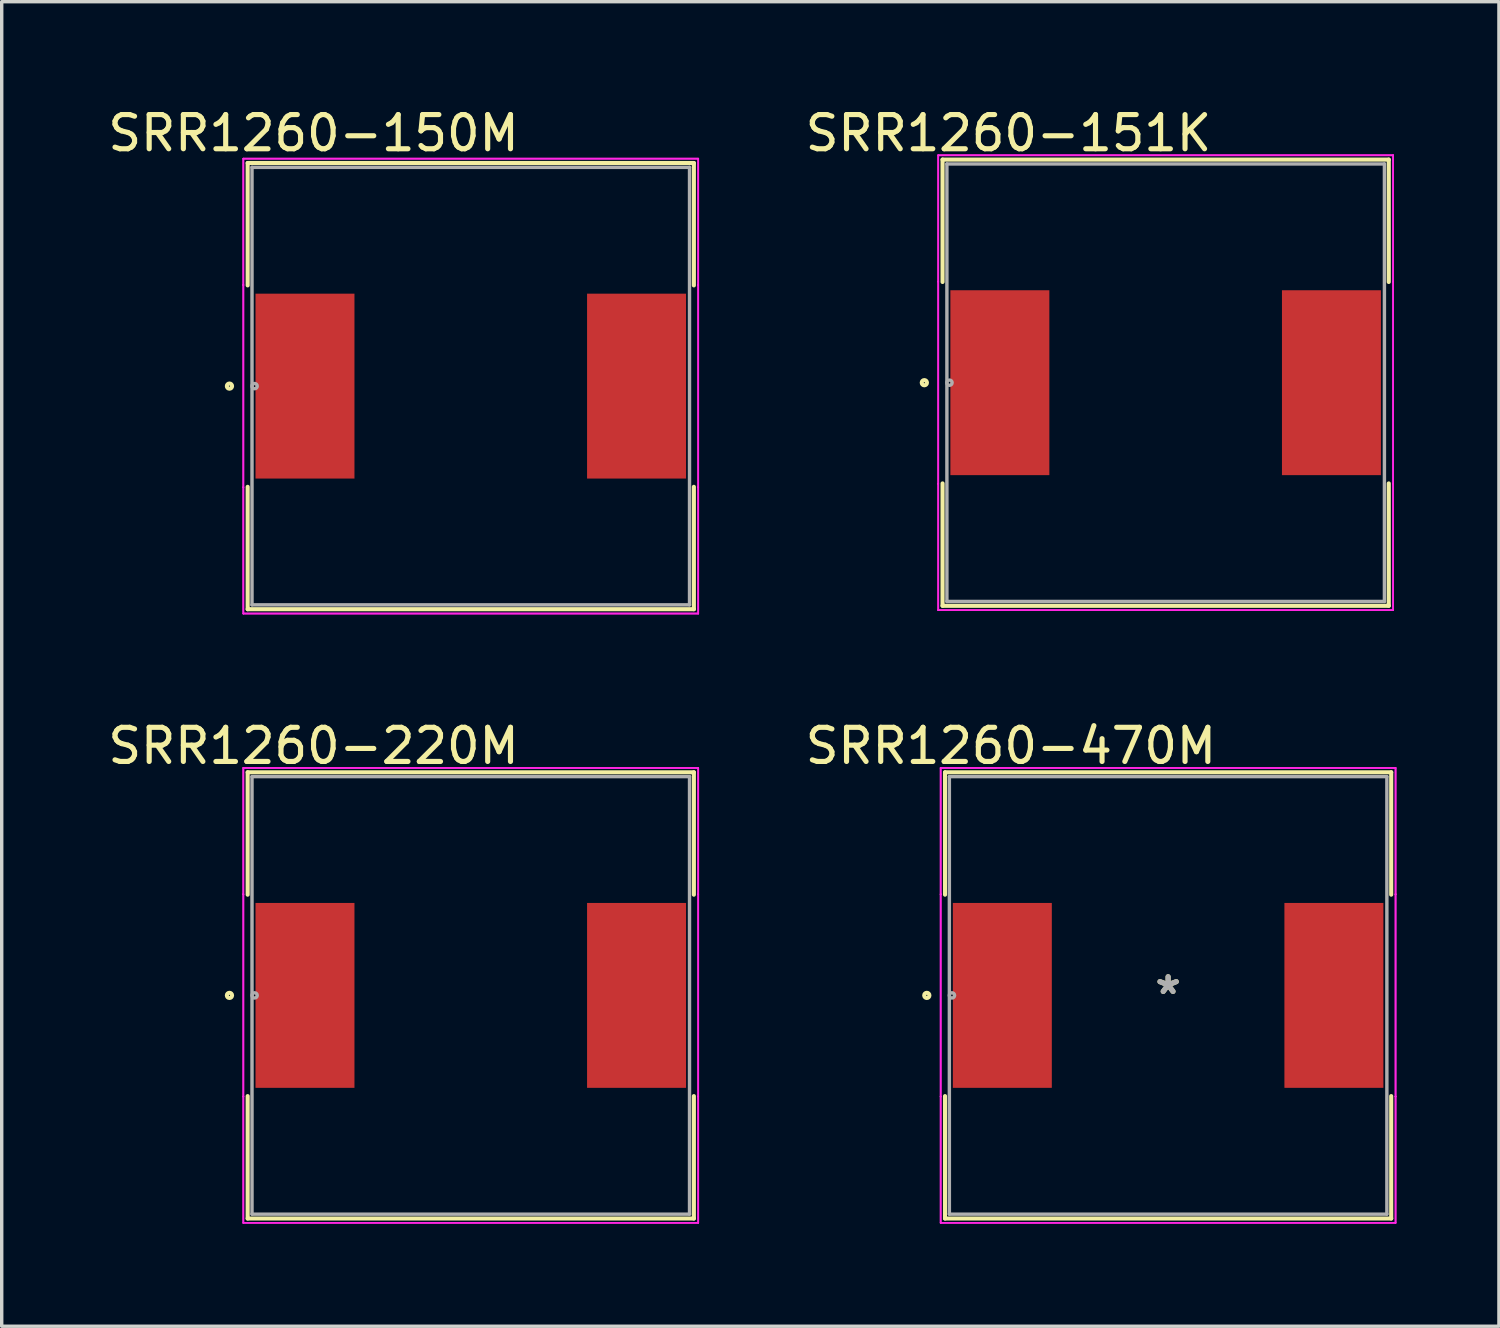
<source format=kicad_pcb>
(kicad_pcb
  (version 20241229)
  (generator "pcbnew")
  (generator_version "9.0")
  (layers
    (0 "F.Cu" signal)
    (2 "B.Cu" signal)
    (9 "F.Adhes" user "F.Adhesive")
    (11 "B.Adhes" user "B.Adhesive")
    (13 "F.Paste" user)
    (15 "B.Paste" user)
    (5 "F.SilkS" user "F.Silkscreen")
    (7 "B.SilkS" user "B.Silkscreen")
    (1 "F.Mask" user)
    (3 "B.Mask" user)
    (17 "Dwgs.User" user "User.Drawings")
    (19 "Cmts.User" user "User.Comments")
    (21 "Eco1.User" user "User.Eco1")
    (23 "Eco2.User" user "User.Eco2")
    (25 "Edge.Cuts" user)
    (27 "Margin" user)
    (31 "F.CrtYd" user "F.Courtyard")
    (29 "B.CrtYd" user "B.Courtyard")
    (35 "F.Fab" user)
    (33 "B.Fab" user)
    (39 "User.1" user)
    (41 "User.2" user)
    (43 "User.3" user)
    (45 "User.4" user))
  (footprint "SRR1260-151K"
    (layer "F.Cu")
    (at 31.058 8.148)
    (property "Reference" "SRR1260-151K" (at -4.6 -7.3 0) (layer "F.SilkS") (effects (font (size 1 1) (thickness 0.15))))
    (attr smd)
    (fp_line (start -6.528 -6.528) (end -6.528 -2.947) (stroke (width 0.12) (type solid)) (layer "F.SilkS"))
    (fp_line (start -6.528 2.947) (end -6.528 6.528) (stroke (width 0.12) (type solid)) (layer "F.SilkS"))
    (fp_line (start -6.528 6.528) (end 6.528 6.528) (stroke (width 0.12) (type solid)) (layer "F.SilkS"))
    (fp_line (start 6.528 -6.528) (end -6.528 -6.528) (stroke (width 0.12) (type solid)) (layer "F.SilkS"))
    (fp_line (start 6.528 -2.947) (end 6.528 -6.528) (stroke (width 0.12) (type solid)) (layer "F.SilkS"))
    (fp_line (start 6.528 6.528) (end 6.528 2.947) (stroke (width 0.12) (type solid)) (layer "F.SilkS"))
    (fp_circle (center -7.061 0) (end -6.985 0) (stroke (width 0.12) (type solid)) (fill no) (layer "F.SilkS"))
    (fp_line (start -6.655 -6.655) (end 6.655 -6.655) (stroke (width 0.05) (type solid)) (layer "F.CrtYd"))
    (fp_line (start -6.655 -6.655) (end 6.655 -6.655) (stroke (width 0.05) (type solid)) (layer "F.CrtYd"))
    (fp_line (start -6.655 -2.959) (end -6.655 -6.655) (stroke (width 0.05) (type solid)) (layer "F.CrtYd"))
    (fp_line (start -6.655 -2.959) (end -6.655 -6.655) (stroke (width 0.05) (type solid)) (layer "F.CrtYd"))
    (fp_line (start -6.655 -2.959) (end -6.655 -2.959) (stroke (width 0.05) (type solid)) (layer "F.CrtYd"))
    (fp_line (start -6.655 -2.959) (end -6.655 -2.959) (stroke (width 0.05) (type solid)) (layer "F.CrtYd"))
    (fp_line (start -6.655 2.959) (end -6.655 -2.959) (stroke (width 0.05) (type solid)) (layer "F.CrtYd"))
    (fp_line (start -6.655 2.959) (end -6.655 -2.959) (stroke (width 0.05) (type solid)) (layer "F.CrtYd"))
    (fp_line (start -6.655 2.959) (end -6.655 2.959) (stroke (width 0.05) (type solid)) (layer "F.CrtYd"))
    (fp_line (start -6.655 2.959) (end -6.655 2.959) (stroke (width 0.05) (type solid)) (layer "F.CrtYd"))
    (fp_line (start -6.655 6.655) (end -6.655 2.959) (stroke (width 0.05) (type solid)) (layer "F.CrtYd"))
    (fp_line (start -6.655 6.655) (end -6.655 2.959) (stroke (width 0.05) (type solid)) (layer "F.CrtYd"))
    (fp_line (start 6.655 -6.655) (end 6.655 -2.959) (stroke (width 0.05) (type solid)) (layer "F.CrtYd"))
    (fp_line (start 6.655 -6.655) (end 6.655 -2.959) (stroke (width 0.05) (type solid)) (layer "F.CrtYd"))
    (fp_line (start 6.655 -2.959) (end 6.655 -2.959) (stroke (width 0.05) (type solid)) (layer "F.CrtYd"))
    (fp_line (start 6.655 -2.959) (end 6.655 -2.959) (stroke (width 0.05) (type solid)) (layer "F.CrtYd"))
    (fp_line (start 6.655 -2.959) (end 6.655 2.959) (stroke (width 0.05) (type solid)) (layer "F.CrtYd"))
    (fp_line (start 6.655 -2.959) (end 6.655 2.959) (stroke (width 0.05) (type solid)) (layer "F.CrtYd"))
    (fp_line (start 6.655 2.959) (end 6.655 2.959) (stroke (width 0.05) (type solid)) (layer "F.CrtYd"))
    (fp_line (start 6.655 2.959) (end 6.655 2.959) (stroke (width 0.05) (type solid)) (layer "F.CrtYd"))
    (fp_line (start 6.655 2.959) (end 6.655 6.655) (stroke (width 0.05) (type solid)) (layer "F.CrtYd"))
    (fp_line (start 6.655 2.959) (end 6.655 6.655) (stroke (width 0.05) (type solid)) (layer "F.CrtYd"))
    (fp_line (start 6.655 6.655) (end -6.655 6.655) (stroke (width 0.05) (type solid)) (layer "F.CrtYd"))
    (fp_line (start 6.655 6.655) (end -6.655 6.655) (stroke (width 0.05) (type solid)) (layer "F.CrtYd"))
    (fp_line (start -6.401 -6.401) (end -6.401 6.401) (stroke (width 0.1) (type solid)) (layer "F.Fab"))
    (fp_line (start -6.401 6.401) (end 6.401 6.401) (stroke (width 0.1) (type solid)) (layer "F.Fab"))
    (fp_line (start 6.401 -6.401) (end -6.401 -6.401) (stroke (width 0.1) (type solid)) (layer "F.Fab"))
    (fp_line (start 6.401 6.401) (end 6.401 -6.401) (stroke (width 0.1) (type solid)) (layer "F.Fab"))
    (fp_circle (center -6.325 0) (end -6.248 0) (stroke (width 0.1) (type solid)) (fill no) (layer "F.Fab"))
    (pad "1" smd rect (at -4.851 0) (size 2.896 5.41) (layers "F.Cu" "F.Mask" "F.Paste"))
    (pad "2" smd rect (at 4.851 0) (size 2.896 5.41) (layers "F.Cu" "F.Mask" "F.Paste")))
  (footprint "SRR1260-150M"
    (layer "F.Cu")
    (at 10.725 8.248)
    (property "Reference" "SRR1260-150M" (at -4.6 -7.4 0) (layer "F.SilkS") (effects (font (size 1 1) (thickness 0.15))))
    (attr through_hole)
    (fp_line (start -6.528 -6.528) (end -6.528 -2.947) (stroke (width 0.12) (type solid)) (layer "F.SilkS"))
    (fp_line (start -6.528 2.947) (end -6.528 6.528) (stroke (width 0.12) (type solid)) (layer "F.SilkS"))
    (fp_line (start -6.528 6.528) (end 6.528 6.528) (stroke (width 0.12) (type solid)) (layer "F.SilkS"))
    (fp_line (start 6.528 -6.528) (end -6.528 -6.528) (stroke (width 0.12) (type solid)) (layer "F.SilkS"))
    (fp_line (start 6.528 -2.947) (end 6.528 -6.528) (stroke (width 0.12) (type solid)) (layer "F.SilkS"))
    (fp_line (start 6.528 6.528) (end 6.528 2.947) (stroke (width 0.12) (type solid)) (layer "F.SilkS"))
    (fp_circle (center -7.061 0) (end -6.985 0) (stroke (width 0.12) (type solid)) (fill no) (layer "F.SilkS"))
    (fp_line (start -6.655 -6.655) (end 6.655 -6.655) (stroke (width 0.05) (type solid)) (layer "F.CrtYd"))
    (fp_line (start -6.655 -6.655) (end 6.655 -6.655) (stroke (width 0.05) (type solid)) (layer "F.CrtYd"))
    (fp_line (start -6.655 -2.959) (end -6.655 -6.655) (stroke (width 0.05) (type solid)) (layer "F.CrtYd"))
    (fp_line (start -6.655 -2.959) (end -6.655 -6.655) (stroke (width 0.05) (type solid)) (layer "F.CrtYd"))
    (fp_line (start -6.655 -2.959) (end -6.655 -2.959) (stroke (width 0.05) (type solid)) (layer "F.CrtYd"))
    (fp_line (start -6.655 -2.959) (end -6.655 -2.959) (stroke (width 0.05) (type solid)) (layer "F.CrtYd"))
    (fp_line (start -6.655 2.959) (end -6.655 -2.959) (stroke (width 0.05) (type solid)) (layer "F.CrtYd"))
    (fp_line (start -6.655 2.959) (end -6.655 -2.959) (stroke (width 0.05) (type solid)) (layer "F.CrtYd"))
    (fp_line (start -6.655 2.959) (end -6.655 2.959) (stroke (width 0.05) (type solid)) (layer "F.CrtYd"))
    (fp_line (start -6.655 2.959) (end -6.655 2.959) (stroke (width 0.05) (type solid)) (layer "F.CrtYd"))
    (fp_line (start -6.655 6.655) (end -6.655 2.959) (stroke (width 0.05) (type solid)) (layer "F.CrtYd"))
    (fp_line (start -6.655 6.655) (end -6.655 2.959) (stroke (width 0.05) (type solid)) (layer "F.CrtYd"))
    (fp_line (start 6.655 -6.655) (end 6.655 -2.959) (stroke (width 0.05) (type solid)) (layer "F.CrtYd"))
    (fp_line (start 6.655 -6.655) (end 6.655 -2.959) (stroke (width 0.05) (type solid)) (layer "F.CrtYd"))
    (fp_line (start 6.655 -2.959) (end 6.655 -2.959) (stroke (width 0.05) (type solid)) (layer "F.CrtYd"))
    (fp_line (start 6.655 -2.959) (end 6.655 -2.959) (stroke (width 0.05) (type solid)) (layer "F.CrtYd"))
    (fp_line (start 6.655 -2.959) (end 6.655 2.959) (stroke (width 0.05) (type solid)) (layer "F.CrtYd"))
    (fp_line (start 6.655 -2.959) (end 6.655 2.959) (stroke (width 0.05) (type solid)) (layer "F.CrtYd"))
    (fp_line (start 6.655 2.959) (end 6.655 2.959) (stroke (width 0.05) (type solid)) (layer "F.CrtYd"))
    (fp_line (start 6.655 2.959) (end 6.655 2.959) (stroke (width 0.05) (type solid)) (layer "F.CrtYd"))
    (fp_line (start 6.655 2.959) (end 6.655 6.655) (stroke (width 0.05) (type solid)) (layer "F.CrtYd"))
    (fp_line (start 6.655 2.959) (end 6.655 6.655) (stroke (width 0.05) (type solid)) (layer "F.CrtYd"))
    (fp_line (start 6.655 6.655) (end -6.655 6.655) (stroke (width 0.05) (type solid)) (layer "F.CrtYd"))
    (fp_line (start 6.655 6.655) (end -6.655 6.655) (stroke (width 0.05) (type solid)) (layer "F.CrtYd"))
    (fp_line (start -6.401 -6.401) (end -6.401 6.401) (stroke (width 0.1) (type solid)) (layer "F.Fab"))
    (fp_line (start -6.401 6.401) (end 6.401 6.401) (stroke (width 0.1) (type solid)) (layer "F.Fab"))
    (fp_line (start 6.401 -6.401) (end -6.401 -6.401) (stroke (width 0.1) (type solid)) (layer "F.Fab"))
    (fp_line (start 6.401 6.401) (end 6.401 -6.401) (stroke (width 0.1) (type solid)) (layer "F.Fab"))
    (fp_circle (center -6.325 0) (end -6.248 0) (stroke (width 0.1) (type solid)) (fill no) (layer "F.Fab"))
    (pad "1" smd rect (at -4.851 0) (size 2.896 5.41) (layers "F.Cu" "F.Mask" "F.Paste"))
    (pad "2" smd rect (at 4.851 0) (size 2.896 5.41) (layers "F.Cu" "F.Mask" "F.Paste")))
  (footprint "SRR1260-470M"
    (layer "F.Cu")
    (at 31.13 26.076)
    (property "Reference" "SRR1260-470M" (at -4.6 -7.3 0) (layer "F.SilkS") (effects (font (size 1 1) (thickness 0.15))))
    (attr through_hole)
    (fp_line (start -6.528 -6.528) (end -6.528 -2.947) (stroke (width 0.12) (type solid)) (layer "F.SilkS"))
    (fp_line (start -6.528 2.947) (end -6.528 6.528) (stroke (width 0.12) (type solid)) (layer "F.SilkS"))
    (fp_line (start -6.528 6.528) (end 6.528 6.528) (stroke (width 0.12) (type solid)) (layer "F.SilkS"))
    (fp_line (start 6.528 -6.528) (end -6.528 -6.528) (stroke (width 0.12) (type solid)) (layer "F.SilkS"))
    (fp_line (start 6.528 -2.947) (end 6.528 -6.528) (stroke (width 0.12) (type solid)) (layer "F.SilkS"))
    (fp_line (start 6.528 6.528) (end 6.528 2.947) (stroke (width 0.12) (type solid)) (layer "F.SilkS"))
    (fp_circle (center -7.061 0) (end -6.985 0) (stroke (width 0.12) (type solid)) (fill no) (layer "F.SilkS"))
    (fp_line (start -6.655 -6.655) (end 6.655 -6.655) (stroke (width 0.05) (type solid)) (layer "F.CrtYd"))
    (fp_line (start -6.655 -6.655) (end 6.655 -6.655) (stroke (width 0.05) (type solid)) (layer "F.CrtYd"))
    (fp_line (start -6.655 -2.959) (end -6.655 -6.655) (stroke (width 0.05) (type solid)) (layer "F.CrtYd"))
    (fp_line (start -6.655 -2.959) (end -6.655 -6.655) (stroke (width 0.05) (type solid)) (layer "F.CrtYd"))
    (fp_line (start -6.655 -2.959) (end -6.655 -2.959) (stroke (width 0.05) (type solid)) (layer "F.CrtYd"))
    (fp_line (start -6.655 -2.959) (end -6.655 -2.959) (stroke (width 0.05) (type solid)) (layer "F.CrtYd"))
    (fp_line (start -6.655 2.959) (end -6.655 -2.959) (stroke (width 0.05) (type solid)) (layer "F.CrtYd"))
    (fp_line (start -6.655 2.959) (end -6.655 -2.959) (stroke (width 0.05) (type solid)) (layer "F.CrtYd"))
    (fp_line (start -6.655 2.959) (end -6.655 2.959) (stroke (width 0.05) (type solid)) (layer "F.CrtYd"))
    (fp_line (start -6.655 2.959) (end -6.655 2.959) (stroke (width 0.05) (type solid)) (layer "F.CrtYd"))
    (fp_line (start -6.655 6.655) (end -6.655 2.959) (stroke (width 0.05) (type solid)) (layer "F.CrtYd"))
    (fp_line (start -6.655 6.655) (end -6.655 2.959) (stroke (width 0.05) (type solid)) (layer "F.CrtYd"))
    (fp_line (start 6.655 -6.655) (end 6.655 -2.959) (stroke (width 0.05) (type solid)) (layer "F.CrtYd"))
    (fp_line (start 6.655 -6.655) (end 6.655 -2.959) (stroke (width 0.05) (type solid)) (layer "F.CrtYd"))
    (fp_line (start 6.655 -2.959) (end 6.655 -2.959) (stroke (width 0.05) (type solid)) (layer "F.CrtYd"))
    (fp_line (start 6.655 -2.959) (end 6.655 -2.959) (stroke (width 0.05) (type solid)) (layer "F.CrtYd"))
    (fp_line (start 6.655 -2.959) (end 6.655 2.959) (stroke (width 0.05) (type solid)) (layer "F.CrtYd"))
    (fp_line (start 6.655 -2.959) (end 6.655 2.959) (stroke (width 0.05) (type solid)) (layer "F.CrtYd"))
    (fp_line (start 6.655 2.959) (end 6.655 2.959) (stroke (width 0.05) (type solid)) (layer "F.CrtYd"))
    (fp_line (start 6.655 2.959) (end 6.655 2.959) (stroke (width 0.05) (type solid)) (layer "F.CrtYd"))
    (fp_line (start 6.655 2.959) (end 6.655 6.655) (stroke (width 0.05) (type solid)) (layer "F.CrtYd"))
    (fp_line (start 6.655 2.959) (end 6.655 6.655) (stroke (width 0.05) (type solid)) (layer "F.CrtYd"))
    (fp_line (start 6.655 6.655) (end -6.655 6.655) (stroke (width 0.05) (type solid)) (layer "F.CrtYd"))
    (fp_line (start 6.655 6.655) (end -6.655 6.655) (stroke (width 0.05) (type solid)) (layer "F.CrtYd"))
    (fp_line (start -6.401 -6.401) (end -6.401 6.401) (stroke (width 0.1) (type solid)) (layer "F.Fab"))
    (fp_line (start -6.401 6.401) (end 6.401 6.401) (stroke (width 0.1) (type solid)) (layer "F.Fab"))
    (fp_line (start 6.401 -6.401) (end -6.401 -6.401) (stroke (width 0.1) (type solid)) (layer "F.Fab"))
    (fp_line (start 6.401 6.401) (end 6.401 -6.401) (stroke (width 0.1) (type solid)) (layer "F.Fab"))
    (fp_circle (center -6.325 0) (end -6.248 0) (stroke (width 0.1) (type solid)) (fill no) (layer "F.Fab"))
    (fp_text user "*" (at 0 0 0) (layer "F.SilkS") (effects (font (size 1 1) (thickness 0.15))))
    (fp_text user "*" (at 0 0 0) (layer "F.Fab") (effects (font (size 1 1) (thickness 0.15))))
    (pad "1" smd rect (at -4.851 0) (size 2.896 5.41) (layers "F.Cu" "F.Mask" "F.Paste"))
    (pad "2" smd rect (at 4.851 0) (size 2.896 5.41) (layers "F.Cu" "F.Mask" "F.Paste")))
  (footprint "SRR1260-220M"
    (layer "F.Cu")
    (at 10.725 26.076)
    (property "Reference" "SRR1260-220M" (at -4.6 -7.3 0) (layer "F.SilkS") (effects (font (size 1 1) (thickness 0.15))))
    (attr smd)
    (fp_line (start -6.528 -6.528) (end -6.528 -2.947) (stroke (width 0.12) (type solid)) (layer "F.SilkS"))
    (fp_line (start -6.528 2.947) (end -6.528 6.528) (stroke (width 0.12) (type solid)) (layer "F.SilkS"))
    (fp_line (start -6.528 6.528) (end 6.528 6.528) (stroke (width 0.12) (type solid)) (layer "F.SilkS"))
    (fp_line (start 6.528 -6.528) (end -6.528 -6.528) (stroke (width 0.12) (type solid)) (layer "F.SilkS"))
    (fp_line (start 6.528 -2.947) (end 6.528 -6.528) (stroke (width 0.12) (type solid)) (layer "F.SilkS"))
    (fp_line (start 6.528 6.528) (end 6.528 2.947) (stroke (width 0.12) (type solid)) (layer "F.SilkS"))
    (fp_circle (center -7.061 0) (end -6.985 0) (stroke (width 0.12) (type solid)) (fill no) (layer "F.SilkS"))
    (fp_line (start -6.655 -6.655) (end 6.655 -6.655) (stroke (width 0.05) (type solid)) (layer "F.CrtYd"))
    (fp_line (start -6.655 -6.655) (end 6.655 -6.655) (stroke (width 0.05) (type solid)) (layer "F.CrtYd"))
    (fp_line (start -6.655 -2.959) (end -6.655 -6.655) (stroke (width 0.05) (type solid)) (layer "F.CrtYd"))
    (fp_line (start -6.655 -2.959) (end -6.655 -6.655) (stroke (width 0.05) (type solid)) (layer "F.CrtYd"))
    (fp_line (start -6.655 -2.959) (end -6.655 -2.959) (stroke (width 0.05) (type solid)) (layer "F.CrtYd"))
    (fp_line (start -6.655 -2.959) (end -6.655 -2.959) (stroke (width 0.05) (type solid)) (layer "F.CrtYd"))
    (fp_line (start -6.655 2.959) (end -6.655 -2.959) (stroke (width 0.05) (type solid)) (layer "F.CrtYd"))
    (fp_line (start -6.655 2.959) (end -6.655 -2.959) (stroke (width 0.05) (type solid)) (layer "F.CrtYd"))
    (fp_line (start -6.655 2.959) (end -6.655 2.959) (stroke (width 0.05) (type solid)) (layer "F.CrtYd"))
    (fp_line (start -6.655 2.959) (end -6.655 2.959) (stroke (width 0.05) (type solid)) (layer "F.CrtYd"))
    (fp_line (start -6.655 6.655) (end -6.655 2.959) (stroke (width 0.05) (type solid)) (layer "F.CrtYd"))
    (fp_line (start -6.655 6.655) (end -6.655 2.959) (stroke (width 0.05) (type solid)) (layer "F.CrtYd"))
    (fp_line (start 6.655 -6.655) (end 6.655 -2.959) (stroke (width 0.05) (type solid)) (layer "F.CrtYd"))
    (fp_line (start 6.655 -6.655) (end 6.655 -2.959) (stroke (width 0.05) (type solid)) (layer "F.CrtYd"))
    (fp_line (start 6.655 -2.959) (end 6.655 -2.959) (stroke (width 0.05) (type solid)) (layer "F.CrtYd"))
    (fp_line (start 6.655 -2.959) (end 6.655 -2.959) (stroke (width 0.05) (type solid)) (layer "F.CrtYd"))
    (fp_line (start 6.655 -2.959) (end 6.655 2.959) (stroke (width 0.05) (type solid)) (layer "F.CrtYd"))
    (fp_line (start 6.655 -2.959) (end 6.655 2.959) (stroke (width 0.05) (type solid)) (layer "F.CrtYd"))
    (fp_line (start 6.655 2.959) (end 6.655 2.959) (stroke (width 0.05) (type solid)) (layer "F.CrtYd"))
    (fp_line (start 6.655 2.959) (end 6.655 2.959) (stroke (width 0.05) (type solid)) (layer "F.CrtYd"))
    (fp_line (start 6.655 2.959) (end 6.655 6.655) (stroke (width 0.05) (type solid)) (layer "F.CrtYd"))
    (fp_line (start 6.655 2.959) (end 6.655 6.655) (stroke (width 0.05) (type solid)) (layer "F.CrtYd"))
    (fp_line (start 6.655 6.655) (end -6.655 6.655) (stroke (width 0.05) (type solid)) (layer "F.CrtYd"))
    (fp_line (start 6.655 6.655) (end -6.655 6.655) (stroke (width 0.05) (type solid)) (layer "F.CrtYd"))
    (fp_line (start -6.401 -6.401) (end -6.401 6.401) (stroke (width 0.1) (type solid)) (layer "F.Fab"))
    (fp_line (start -6.401 6.401) (end 6.401 6.401) (stroke (width 0.1) (type solid)) (layer "F.Fab"))
    (fp_line (start 6.401 -6.401) (end -6.401 -6.401) (stroke (width 0.1) (type solid)) (layer "F.Fab"))
    (fp_line (start 6.401 6.401) (end 6.401 -6.401) (stroke (width 0.1) (type solid)) (layer "F.Fab"))
    (fp_circle (center -6.325 0) (end -6.248 0) (stroke (width 0.1) (type solid)) (fill no) (layer "F.Fab"))
    (pad "1" smd rect (at -4.851 0) (size 2.896 5.41) (layers "F.Cu" "F.Mask" "F.Paste"))
    (pad "2" smd rect (at 4.851 0) (size 2.896 5.41) (layers "F.Cu" "F.Mask" "F.Paste")))
  (gr_rect
    (start -3 -3)
    (end 40.81 35.756)
    (stroke (width 0.1) (type default))
    (fill no)
    (layer "Edge.Cuts")))
</source>
